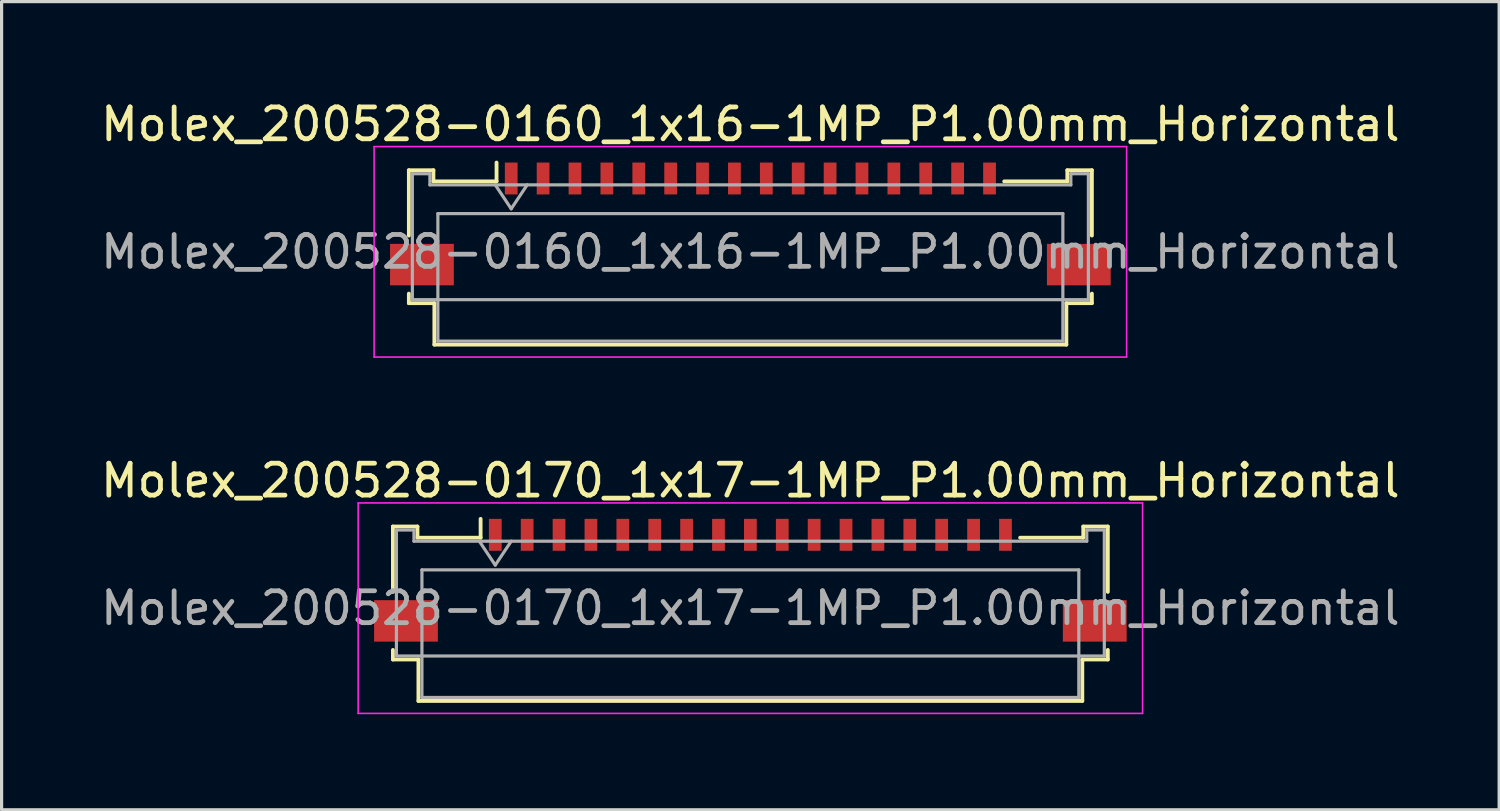
<source format=kicad_pcb>
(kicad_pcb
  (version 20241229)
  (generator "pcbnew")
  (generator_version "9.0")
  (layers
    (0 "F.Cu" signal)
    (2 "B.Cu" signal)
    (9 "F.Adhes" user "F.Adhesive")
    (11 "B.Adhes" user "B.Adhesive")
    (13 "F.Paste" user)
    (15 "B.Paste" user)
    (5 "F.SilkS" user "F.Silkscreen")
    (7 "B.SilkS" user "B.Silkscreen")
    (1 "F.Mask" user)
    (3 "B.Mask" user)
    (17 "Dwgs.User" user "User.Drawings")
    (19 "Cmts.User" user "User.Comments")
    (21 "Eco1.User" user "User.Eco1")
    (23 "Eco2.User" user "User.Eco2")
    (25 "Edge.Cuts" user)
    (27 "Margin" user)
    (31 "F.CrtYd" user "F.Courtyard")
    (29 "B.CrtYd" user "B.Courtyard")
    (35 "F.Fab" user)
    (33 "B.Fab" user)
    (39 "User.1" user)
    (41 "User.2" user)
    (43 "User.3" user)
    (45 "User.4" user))
  (footprint "Molex_200528-0160_1x16-1MP_P1.00mm_Horizontal"
    (layer "F.Cu")
    (at 20.482 3.458)
    (property "Reference" "Molex_200528-0160_1x16-1MP_P1.00mm_Horizontal" (at 0 -2.61 0) (layer "F.SilkS") (effects (font (size 1 1) (thickness 0.15))))
    (attr smd)
    (fp_line (start -10.71 -1.17) (end -10.71 0.88) (stroke (width 0.12) (type solid)) (layer "F.SilkS"))
    (fp_line (start -10.71 2.7) (end -10.71 3) (stroke (width 0.12) (type solid)) (layer "F.SilkS"))
    (fp_line (start -10.71 3) (end -9.91 3) (stroke (width 0.12) (type solid)) (layer "F.SilkS"))
    (fp_line (start -9.94 -1.17) (end -10.71 -1.17) (stroke (width 0.12) (type solid)) (layer "F.SilkS"))
    (fp_line (start -9.94 -0.82) (end -9.94 -1.17) (stroke (width 0.12) (type solid)) (layer "F.SilkS"))
    (fp_line (start -9.91 3) (end -9.91 4.3) (stroke (width 0.12) (type solid)) (layer "F.SilkS"))
    (fp_line (start -9.91 4.3) (end 9.91 4.3) (stroke (width 0.12) (type solid)) (layer "F.SilkS"))
    (fp_line (start -7.96 -1.41) (end -7.96 -0.82) (stroke (width 0.12) (type solid)) (layer "F.SilkS"))
    (fp_line (start -7.96 -0.82) (end -9.94 -0.82) (stroke (width 0.12) (type solid)) (layer "F.SilkS"))
    (fp_line (start 9.91 3) (end 10.71 3) (stroke (width 0.12) (type solid)) (layer "F.SilkS"))
    (fp_line (start 9.91 4.3) (end 9.91 3) (stroke (width 0.12) (type solid)) (layer "F.SilkS"))
    (fp_line (start 9.94 -1.17) (end 9.94 -0.82) (stroke (width 0.12) (type solid)) (layer "F.SilkS"))
    (fp_line (start 9.94 -0.82) (end 7.96 -0.82) (stroke (width 0.12) (type solid)) (layer "F.SilkS"))
    (fp_line (start 10.71 -1.17) (end 9.94 -1.17) (stroke (width 0.12) (type solid)) (layer "F.SilkS"))
    (fp_line (start 10.71 0.88) (end 10.71 -1.17) (stroke (width 0.12) (type solid)) (layer "F.SilkS"))
    (fp_line (start 10.71 3) (end 10.71 2.7) (stroke (width 0.12) (type solid)) (layer "F.SilkS"))
    (fp_line (start -11.8 -1.91) (end -11.8 4.69) (stroke (width 0.05) (type solid)) (layer "F.CrtYd"))
    (fp_line (start -11.8 4.69) (end 11.8 4.69) (stroke (width 0.05) (type solid)) (layer "F.CrtYd"))
    (fp_line (start 11.8 -1.91) (end -11.8 -1.91) (stroke (width 0.05) (type solid)) (layer "F.CrtYd"))
    (fp_line (start 11.8 4.69) (end 11.8 -1.91) (stroke (width 0.05) (type solid)) (layer "F.CrtYd"))
    (fp_line (start -10.6 -1.06) (end -10.6 2.89) (stroke (width 0.1) (type solid)) (layer "F.Fab"))
    (fp_line (start -10.6 2.89) (end 10.6 2.89) (stroke (width 0.1) (type solid)) (layer "F.Fab"))
    (fp_line (start -10.05 -1.06) (end -10.6 -1.06) (stroke (width 0.1) (type solid)) (layer "F.Fab"))
    (fp_line (start -10.05 -0.71) (end -10.05 -1.06) (stroke (width 0.1) (type solid)) (layer "F.Fab"))
    (fp_line (start -9.8 0.19) (end -9.8 4.19) (stroke (width 0.1) (type solid)) (layer "F.Fab"))
    (fp_line (start -9.8 4.19) (end 9.8 4.19) (stroke (width 0.1) (type solid)) (layer "F.Fab"))
    (fp_line (start -8 -0.71) (end -7.5 0.04) (stroke (width 0.1) (type solid)) (layer "F.Fab"))
    (fp_line (start -7.5 0.04) (end -7 -0.71) (stroke (width 0.1) (type solid)) (layer "F.Fab"))
    (fp_line (start 9.8 0.19) (end -9.8 0.19) (stroke (width 0.1) (type solid)) (layer "F.Fab"))
    (fp_line (start 9.8 4.19) (end 9.8 0.19) (stroke (width 0.1) (type solid)) (layer "F.Fab"))
    (fp_line (start 10.05 -1.06) (end 10.05 -0.71) (stroke (width 0.1) (type solid)) (layer "F.Fab"))
    (fp_line (start 10.05 -0.71) (end -10.05 -0.71) (stroke (width 0.1) (type solid)) (layer "F.Fab"))
    (fp_line (start 10.6 -1.06) (end 10.05 -1.06) (stroke (width 0.1) (type solid)) (layer "F.Fab"))
    (fp_line (start 10.6 2.89) (end 10.6 -1.06) (stroke (width 0.1) (type solid)) (layer "F.Fab"))
    (fp_text user "${REFERENCE}" (at 0 1.39 0) (layer "F.Fab") (effects (font (size 1 1) (thickness 0.15))))
    (pad "1" smd rect (at -7.5 -0.91) (size 0.4 1) (layers "F.Cu" "F.Mask" "F.Paste"))
    (pad "2" smd rect (at -6.5 -0.91) (size 0.4 1) (layers "F.Cu" "F.Mask" "F.Paste"))
    (pad "3" smd rect (at -5.5 -0.91) (size 0.4 1) (layers "F.Cu" "F.Mask" "F.Paste"))
    (pad "4" smd rect (at -4.5 -0.91) (size 0.4 1) (layers "F.Cu" "F.Mask" "F.Paste"))
    (pad "5" smd rect (at -3.5 -0.91) (size 0.4 1) (layers "F.Cu" "F.Mask" "F.Paste"))
    (pad "6" smd rect (at -2.5 -0.91) (size 0.4 1) (layers "F.Cu" "F.Mask" "F.Paste"))
    (pad "7" smd rect (at -1.5 -0.91) (size 0.4 1) (layers "F.Cu" "F.Mask" "F.Paste"))
    (pad "8" smd rect (at -0.5 -0.91) (size 0.4 1) (layers "F.Cu" "F.Mask" "F.Paste"))
    (pad "9" smd rect (at 0.5 -0.91) (size 0.4 1) (layers "F.Cu" "F.Mask" "F.Paste"))
    (pad "10" smd rect (at 1.5 -0.91) (size 0.4 1) (layers "F.Cu" "F.Mask" "F.Paste"))
    (pad "11" smd rect (at 2.5 -0.91) (size 0.4 1) (layers "F.Cu" "F.Mask" "F.Paste"))
    (pad "12" smd rect (at 3.5 -0.91) (size 0.4 1) (layers "F.Cu" "F.Mask" "F.Paste"))
    (pad "13" smd rect (at 4.5 -0.91) (size 0.4 1) (layers "F.Cu" "F.Mask" "F.Paste"))
    (pad "14" smd rect (at 5.5 -0.91) (size 0.4 1) (layers "F.Cu" "F.Mask" "F.Paste"))
    (pad "15" smd rect (at 6.5 -0.91) (size 0.4 1) (layers "F.Cu" "F.Mask" "F.Paste"))
    (pad "16" smd rect (at 7.5 -0.91) (size 0.4 1) (layers "F.Cu" "F.Mask" "F.Paste"))
    (pad "MP" smd rect (at -10.3 1.79) (size 2 1.3) (layers "F.Cu" "F.Mask" "F.Paste"))
    (pad "MP" smd rect (at 10.3 1.79) (size 2 1.3) (layers "F.Cu" "F.Mask" "F.Paste")))
  (footprint "Molex_200528-0170_1x17-1MP_P1.00mm_Horizontal"
    (layer "F.Cu")
    (at 20.482 14.632)
    (property "Reference" "Molex_200528-0170_1x17-1MP_P1.00mm_Horizontal" (at 0 -2.61 0) (layer "F.SilkS") (effects (font (size 1 1) (thickness 0.15))))
    (attr smd)
    (fp_line (start -11.21 -1.17) (end -11.21 0.88) (stroke (width 0.12) (type solid)) (layer "F.SilkS"))
    (fp_line (start -11.21 2.7) (end -11.21 3) (stroke (width 0.12) (type solid)) (layer "F.SilkS"))
    (fp_line (start -11.21 3) (end -10.41 3) (stroke (width 0.12) (type solid)) (layer "F.SilkS"))
    (fp_line (start -10.44 -1.17) (end -11.21 -1.17) (stroke (width 0.12) (type solid)) (layer "F.SilkS"))
    (fp_line (start -10.44 -0.82) (end -10.44 -1.17) (stroke (width 0.12) (type solid)) (layer "F.SilkS"))
    (fp_line (start -10.41 3) (end -10.41 4.3) (stroke (width 0.12) (type solid)) (layer "F.SilkS"))
    (fp_line (start -10.41 4.3) (end 10.41 4.3) (stroke (width 0.12) (type solid)) (layer "F.SilkS"))
    (fp_line (start -8.46 -1.41) (end -8.46 -0.82) (stroke (width 0.12) (type solid)) (layer "F.SilkS"))
    (fp_line (start -8.46 -0.82) (end -10.44 -0.82) (stroke (width 0.12) (type solid)) (layer "F.SilkS"))
    (fp_line (start 10.41 3) (end 11.21 3) (stroke (width 0.12) (type solid)) (layer "F.SilkS"))
    (fp_line (start 10.41 4.3) (end 10.41 3) (stroke (width 0.12) (type solid)) (layer "F.SilkS"))
    (fp_line (start 10.44 -1.17) (end 10.44 -0.82) (stroke (width 0.12) (type solid)) (layer "F.SilkS"))
    (fp_line (start 10.44 -0.82) (end 8.46 -0.82) (stroke (width 0.12) (type solid)) (layer "F.SilkS"))
    (fp_line (start 11.21 -1.17) (end 10.44 -1.17) (stroke (width 0.12) (type solid)) (layer "F.SilkS"))
    (fp_line (start 11.21 0.88) (end 11.21 -1.17) (stroke (width 0.12) (type solid)) (layer "F.SilkS"))
    (fp_line (start 11.21 3) (end 11.21 2.7) (stroke (width 0.12) (type solid)) (layer "F.SilkS"))
    (fp_line (start -12.3 -1.91) (end -12.3 4.69) (stroke (width 0.05) (type solid)) (layer "F.CrtYd"))
    (fp_line (start -12.3 4.69) (end 12.3 4.69) (stroke (width 0.05) (type solid)) (layer "F.CrtYd"))
    (fp_line (start 12.3 -1.91) (end -12.3 -1.91) (stroke (width 0.05) (type solid)) (layer "F.CrtYd"))
    (fp_line (start 12.3 4.69) (end 12.3 -1.91) (stroke (width 0.05) (type solid)) (layer "F.CrtYd"))
    (fp_line (start -11.1 -1.06) (end -11.1 2.89) (stroke (width 0.1) (type solid)) (layer "F.Fab"))
    (fp_line (start -11.1 2.89) (end 11.1 2.89) (stroke (width 0.1) (type solid)) (layer "F.Fab"))
    (fp_line (start -10.55 -1.06) (end -11.1 -1.06) (stroke (width 0.1) (type solid)) (layer "F.Fab"))
    (fp_line (start -10.55 -0.71) (end -10.55 -1.06) (stroke (width 0.1) (type solid)) (layer "F.Fab"))
    (fp_line (start -10.3 0.19) (end -10.3 4.19) (stroke (width 0.1) (type solid)) (layer "F.Fab"))
    (fp_line (start -10.3 4.19) (end 10.3 4.19) (stroke (width 0.1) (type solid)) (layer "F.Fab"))
    (fp_line (start -8.5 -0.71) (end -8 0.04) (stroke (width 0.1) (type solid)) (layer "F.Fab"))
    (fp_line (start -8 0.04) (end -7.5 -0.71) (stroke (width 0.1) (type solid)) (layer "F.Fab"))
    (fp_line (start 10.3 0.19) (end -10.3 0.19) (stroke (width 0.1) (type solid)) (layer "F.Fab"))
    (fp_line (start 10.3 4.19) (end 10.3 0.19) (stroke (width 0.1) (type solid)) (layer "F.Fab"))
    (fp_line (start 10.55 -1.06) (end 10.55 -0.71) (stroke (width 0.1) (type solid)) (layer "F.Fab"))
    (fp_line (start 10.55 -0.71) (end -10.55 -0.71) (stroke (width 0.1) (type solid)) (layer "F.Fab"))
    (fp_line (start 11.1 -1.06) (end 10.55 -1.06) (stroke (width 0.1) (type solid)) (layer "F.Fab"))
    (fp_line (start 11.1 2.89) (end 11.1 -1.06) (stroke (width 0.1) (type solid)) (layer "F.Fab"))
    (fp_text user "${REFERENCE}" (at 0 1.39 0) (layer "F.Fab") (effects (font (size 1 1) (thickness 0.15))))
    (pad "1" smd rect (at -8 -0.91) (size 0.4 1) (layers "F.Cu" "F.Mask" "F.Paste"))
    (pad "2" smd rect (at -7 -0.91) (size 0.4 1) (layers "F.Cu" "F.Mask" "F.Paste"))
    (pad "3" smd rect (at -6 -0.91) (size 0.4 1) (layers "F.Cu" "F.Mask" "F.Paste"))
    (pad "4" smd rect (at -5 -0.91) (size 0.4 1) (layers "F.Cu" "F.Mask" "F.Paste"))
    (pad "5" smd rect (at -4 -0.91) (size 0.4 1) (layers "F.Cu" "F.Mask" "F.Paste"))
    (pad "6" smd rect (at -3 -0.91) (size 0.4 1) (layers "F.Cu" "F.Mask" "F.Paste"))
    (pad "7" smd rect (at -2 -0.91) (size 0.4 1) (layers "F.Cu" "F.Mask" "F.Paste"))
    (pad "8" smd rect (at -1 -0.91) (size 0.4 1) (layers "F.Cu" "F.Mask" "F.Paste"))
    (pad "9" smd rect (at 0 -0.91) (size 0.4 1) (layers "F.Cu" "F.Mask" "F.Paste"))
    (pad "10" smd rect (at 1 -0.91) (size 0.4 1) (layers "F.Cu" "F.Mask" "F.Paste"))
    (pad "11" smd rect (at 2 -0.91) (size 0.4 1) (layers "F.Cu" "F.Mask" "F.Paste"))
    (pad "12" smd rect (at 3 -0.91) (size 0.4 1) (layers "F.Cu" "F.Mask" "F.Paste"))
    (pad "13" smd rect (at 4 -0.91) (size 0.4 1) (layers "F.Cu" "F.Mask" "F.Paste"))
    (pad "14" smd rect (at 5 -0.91) (size 0.4 1) (layers "F.Cu" "F.Mask" "F.Paste"))
    (pad "15" smd rect (at 6 -0.91) (size 0.4 1) (layers "F.Cu" "F.Mask" "F.Paste"))
    (pad "16" smd rect (at 7 -0.91) (size 0.4 1) (layers "F.Cu" "F.Mask" "F.Paste"))
    (pad "17" smd rect (at 8 -0.91) (size 0.4 1) (layers "F.Cu" "F.Mask" "F.Paste"))
    (pad "MP" smd rect (at -10.8 1.79) (size 2 1.3) (layers "F.Cu" "F.Mask" "F.Paste"))
    (pad "MP" smd rect (at 10.8 1.79) (size 2 1.3) (layers "F.Cu" "F.Mask" "F.Paste")))
  (gr_rect
    (start -3 -3)
    (end 43.964 22.346)
    (stroke (width 0.1) (type default))
    (fill no)
    (layer "Edge.Cuts")))
</source>
